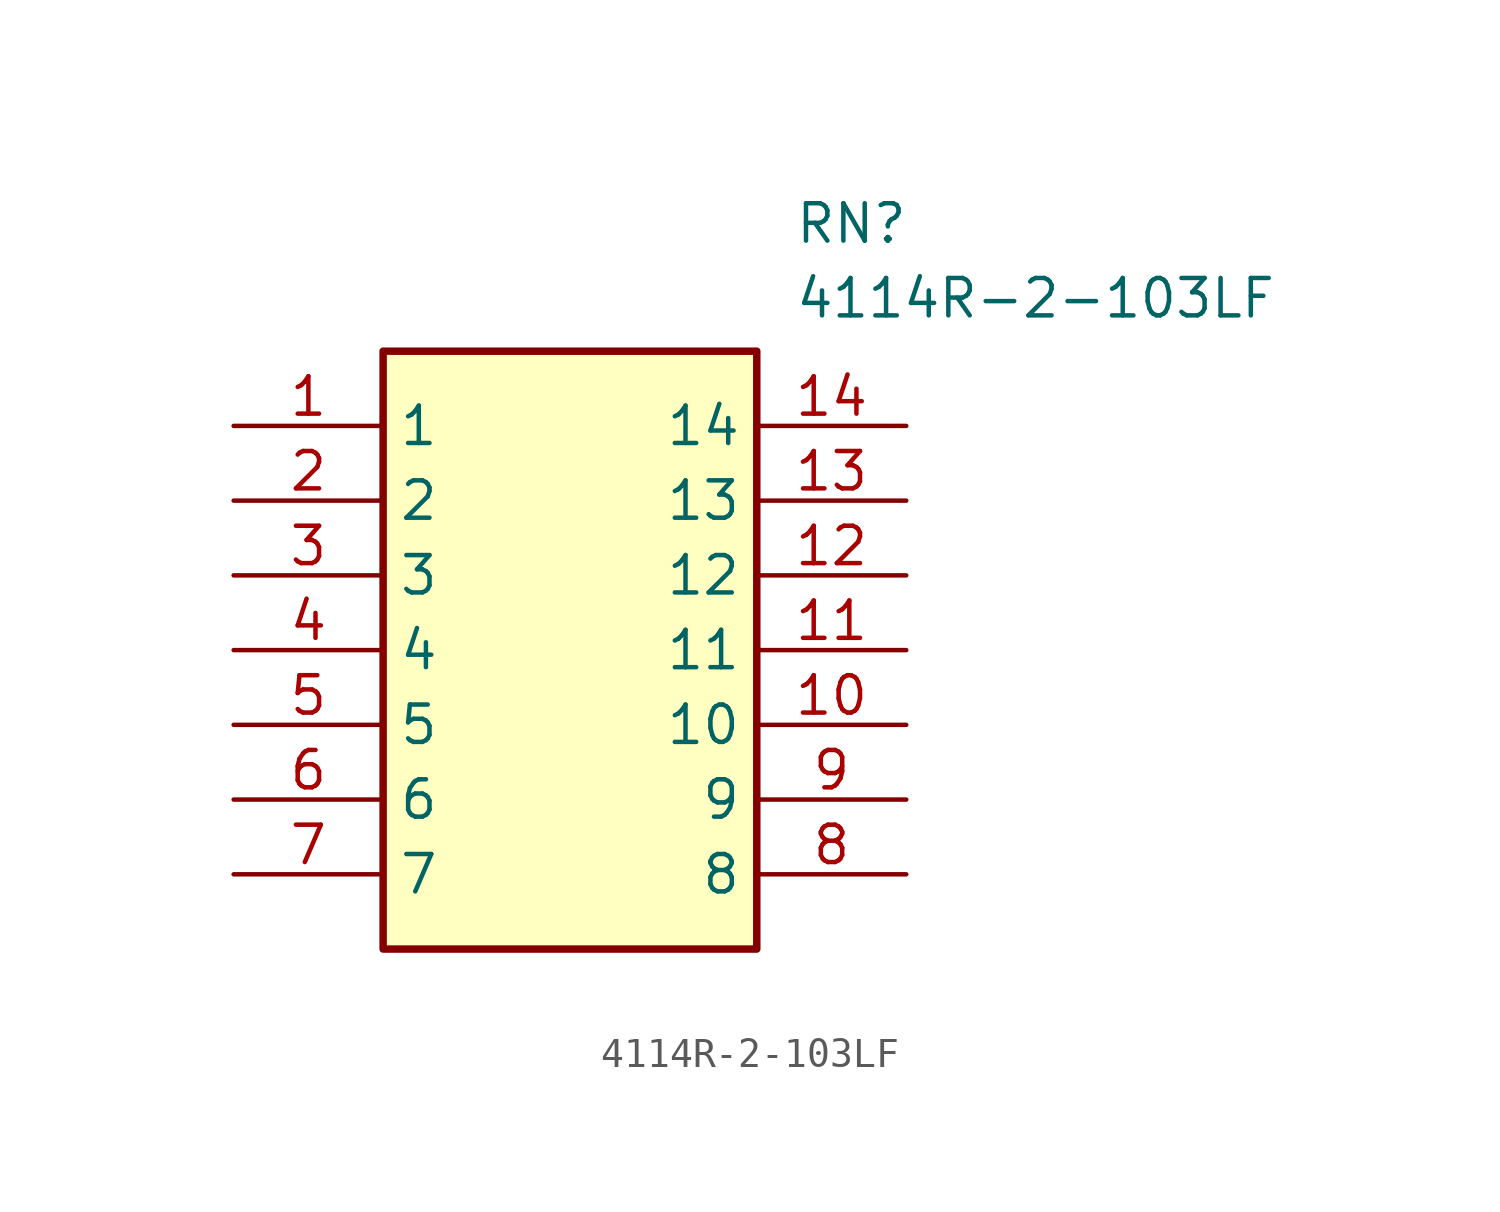
<source format=kicad_sym>
(kicad_symbol_lib
  (version 20211014)
  (generator SamacSys_ECAD_Model)
  (symbol "4114R-2-103LF"
    (property "Reference" "RN"
      (at 19.05 7.62 0)
      (effects (font (size 1.27 1.27)) (justify left top)))
    (property "Value" "4114R-2-103LF"
      (at 19.05 5.08 0)
      (effects (font (size 1.27 1.27)) (justify left top)))
    (rectangle
      (start 5.08 2.54)
      (end 17.78 -17.78)
      (stroke (width 0.254) (type default))
      (fill (type background)))
    (pin passive line
      (at 0 0 0)
      (length 5.08)
      (name "1" (effects (font (size 1.27 1.27))))
      (number "1" (effects (font (size 1.27 1.27)))))
    (pin passive line
      (at 0 -2.54 0)
      (length 5.08)
      (name "2" (effects (font (size 1.27 1.27))))
      (number "2" (effects (font (size 1.27 1.27)))))
    (pin passive line
      (at 0 -5.08 0)
      (length 5.08)
      (name "3" (effects (font (size 1.27 1.27))))
      (number "3" (effects (font (size 1.27 1.27)))))
    (pin passive line
      (at 0 -7.62 0)
      (length 5.08)
      (name "4" (effects (font (size 1.27 1.27))))
      (number "4" (effects (font (size 1.27 1.27)))))
    (pin passive line
      (at 0 -10.16 0)
      (length 5.08)
      (name "5" (effects (font (size 1.27 1.27))))
      (number "5" (effects (font (size 1.27 1.27)))))
    (pin passive line
      (at 0 -12.7 0)
      (length 5.08)
      (name "6" (effects (font (size 1.27 1.27))))
      (number "6" (effects (font (size 1.27 1.27)))))
    (pin passive line
      (at 0 -15.24 0)
      (length 5.08)
      (name "7" (effects (font (size 1.27 1.27))))
      (number "7" (effects (font (size 1.27 1.27)))))
    (pin passive line
      (at 22.86 0 180)
      (length 5.08)
      (name "14" (effects (font (size 1.27 1.27))))
      (number "14" (effects (font (size 1.27 1.27)))))
    (pin passive line
      (at 22.86 -2.54 180)
      (length 5.08)
      (name "13" (effects (font (size 1.27 1.27))))
      (number "13" (effects (font (size 1.27 1.27)))))
    (pin passive line
      (at 22.86 -5.08 180)
      (length 5.08)
      (name "12" (effects (font (size 1.27 1.27))))
      (number "12" (effects (font (size 1.27 1.27)))))
    (pin passive line
      (at 22.86 -7.62 180)
      (length 5.08)
      (name "11" (effects (font (size 1.27 1.27))))
      (number "11" (effects (font (size 1.27 1.27)))))
    (pin passive line
      (at 22.86 -10.16 180)
      (length 5.08)
      (name "10" (effects (font (size 1.27 1.27))))
      (number "10" (effects (font (size 1.27 1.27)))))
    (pin passive line
      (at 22.86 -12.7 180)
      (length 5.08)
      (name "9" (effects (font (size 1.27 1.27))))
      (number "9" (effects (font (size 1.27 1.27)))))
    (pin passive line
      (at 22.86 -15.24 180)
      (length 5.08)
      (name "8" (effects (font (size 1.27 1.27))))
      (number "8" (effects (font (size 1.27 1.27)))))))
</source>
